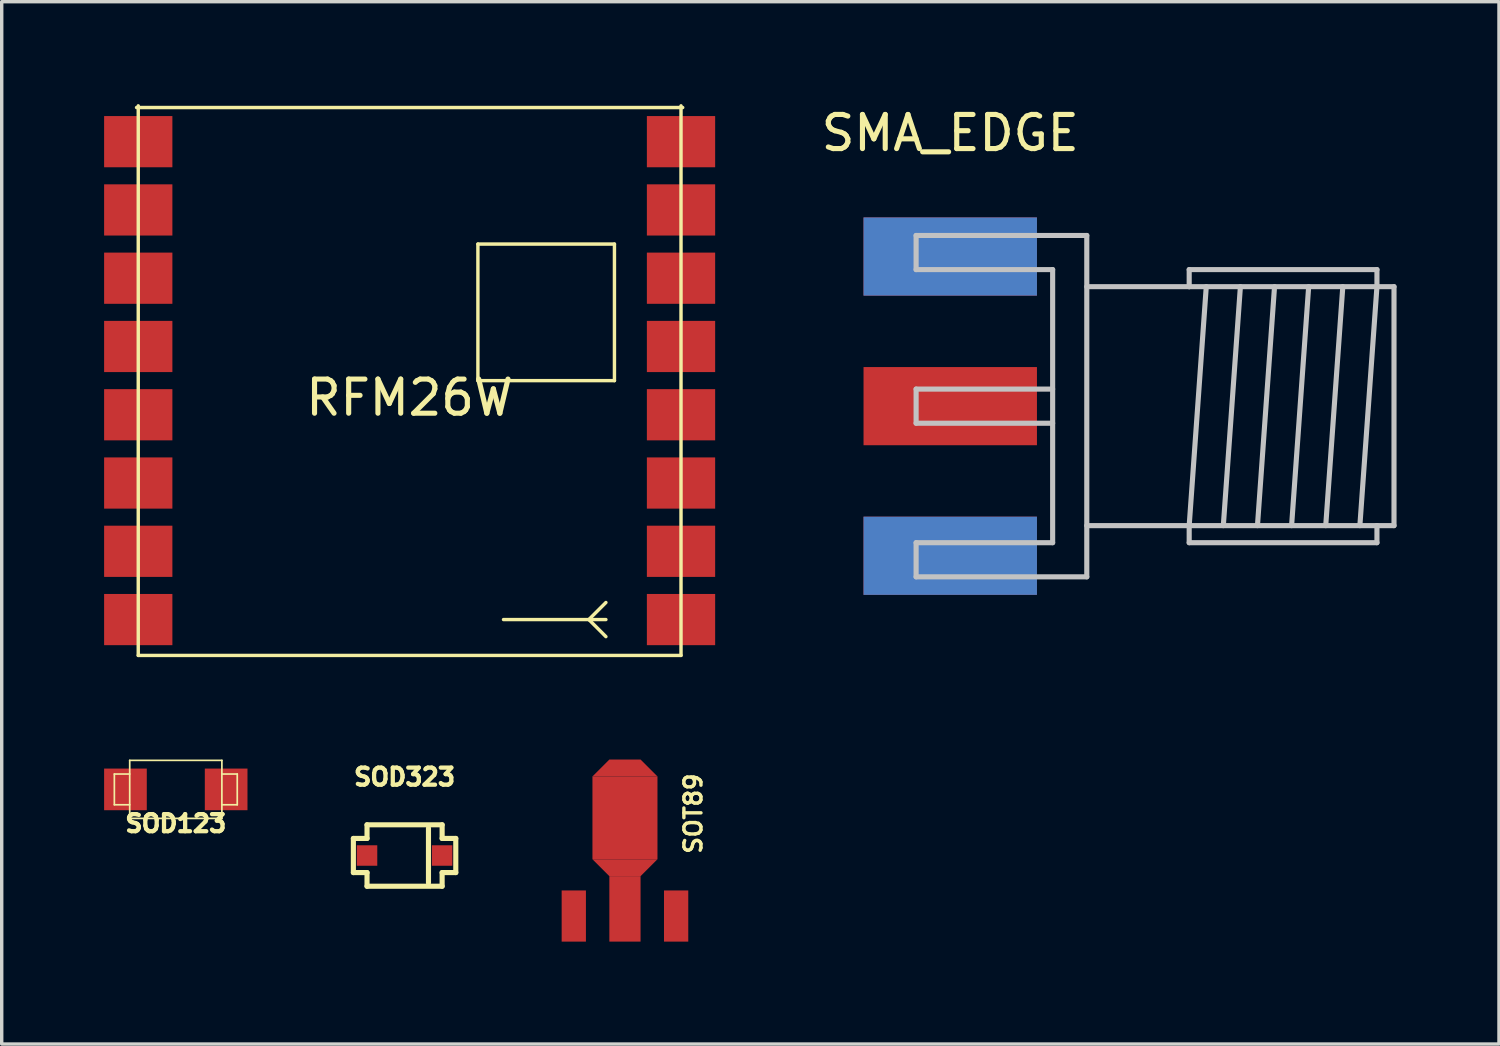
<source format=kicad_pcb>
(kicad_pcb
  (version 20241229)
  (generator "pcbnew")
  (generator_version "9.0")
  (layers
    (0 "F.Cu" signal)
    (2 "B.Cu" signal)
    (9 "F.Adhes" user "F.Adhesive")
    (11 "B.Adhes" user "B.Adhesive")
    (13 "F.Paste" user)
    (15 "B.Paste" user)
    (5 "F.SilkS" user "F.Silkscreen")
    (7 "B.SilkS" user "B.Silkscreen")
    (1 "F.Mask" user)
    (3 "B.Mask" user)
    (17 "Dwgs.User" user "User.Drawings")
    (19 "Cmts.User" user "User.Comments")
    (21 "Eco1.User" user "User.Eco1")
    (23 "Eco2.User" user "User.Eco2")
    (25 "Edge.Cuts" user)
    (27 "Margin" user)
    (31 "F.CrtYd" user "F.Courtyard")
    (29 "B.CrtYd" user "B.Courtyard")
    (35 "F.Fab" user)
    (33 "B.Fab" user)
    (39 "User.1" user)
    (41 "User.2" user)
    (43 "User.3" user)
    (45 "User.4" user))
  (footprint "SOT89"
    (layer "F.Cu")
    (at 15.258 23.785)
    (property "Reference" "SOT89" (at 2 -3 90) (layer "F.SilkS") (effects (font (size 0.5 0.5) (thickness 0.1))))
    (attr through_hole)
    (pad "1" smd rect (at -1.499 0) (size 0.711 1.499) (layers "F.Cu" "F.Mask" "F.Paste"))
    (pad "2" smd trapezoid (at 0 -4.337) (size 1.41 0.495) (rect_delta 0 0.495) (layers "F.Cu" "F.Mask" "F.Paste"))
    (pad "2" smd rect (at 0 -2.877) (size 1.905 2.426) (layers "F.Cu" "F.Mask" "F.Paste"))
    (pad "2" smd trapezoid (at 0 -1.416) (size 1.41 0.495) (rect_delta 0 -0.495) (layers "F.Cu" "F.Mask" "F.Paste"))
    (pad "2" smd rect (at 0 -0.21) (size 0.914 1.918) (layers "F.Cu" "F.Mask" "F.Paste"))
    (pad "3" smd rect (at 1.499 0) (size 0.711 1.499) (layers "F.Cu" "F.Mask" "F.Paste")))
  (footprint "RFM26W"
    (layer "F.Cu")
    (at 8.95 8.1)
    (property "Reference" "RFM26W" (at 0 0.5 0) (layer "F.SilkS") (effects (font (size 1 1) (thickness 0.15))))
    (attr through_hole)
    (fp_line (start -8 -8) (end 8 -8) (stroke (width 0.1) (type solid)) (layer "F.SilkS"))
    (fp_line (start -7.95 8.05) (end -7.95 -8.05) (stroke (width 0.1) (type solid)) (layer "F.SilkS"))
    (fp_line (start -7.95 8.05) (end 7.95 8.05) (stroke (width 0.1) (type solid)) (layer "F.SilkS"))
    (fp_line (start 2 -4) (end 6 -4) (stroke (width 0.1) (type solid)) (layer "F.SilkS"))
    (fp_line (start 2 0) (end 2 -4) (stroke (width 0.1) (type solid)) (layer "F.SilkS"))
    (fp_line (start 5.25 7) (end 5.75 6.5) (stroke (width 0.1) (type solid)) (layer "F.SilkS"))
    (fp_line (start 5.25 7) (end 5.75 7.5) (stroke (width 0.1) (type solid)) (layer "F.SilkS"))
    (fp_line (start 5.75 7) (end 2.75 7) (stroke (width 0.1) (type solid)) (layer "F.SilkS"))
    (fp_line (start 6 -4) (end 6 0) (stroke (width 0.1) (type solid)) (layer "F.SilkS"))
    (fp_line (start 6 0) (end 2 0) (stroke (width 0.1) (type solid)) (layer "F.SilkS"))
    (fp_line (start 7.95 -8.05) (end 7.95 8.05) (stroke (width 0.1) (type solid)) (layer "F.SilkS"))
    (pad "1" smd rect (at -7.95 -7) (size 2 1.5) (layers "F.Cu" "F.Mask" "F.Paste"))
    (pad "2" smd rect (at -7.95 -5) (size 2 1.5) (layers "F.Cu" "F.Mask" "F.Paste"))
    (pad "3" smd rect (at -7.95 -3) (size 2 1.5) (layers "F.Cu" "F.Mask" "F.Paste"))
    (pad "4" smd rect (at -7.95 -1) (size 2 1.5) (layers "F.Cu" "F.Mask" "F.Paste"))
    (pad "5" smd rect (at -7.95 1) (size 2 1.5) (layers "F.Cu" "F.Mask" "F.Paste"))
    (pad "6" smd rect (at -7.95 3) (size 2 1.5) (layers "F.Cu" "F.Mask" "F.Paste"))
    (pad "7" smd rect (at -7.95 5) (size 2 1.5) (layers "F.Cu" "F.Mask" "F.Paste"))
    (pad "8" smd rect (at -7.95 7) (size 2 1.5) (layers "F.Cu" "F.Mask" "F.Paste"))
    (pad "9" smd rect (at 7.95 7) (size 2 1.5) (layers "F.Cu" "F.Mask" "F.Paste"))
    (pad "10" smd rect (at 7.95 5) (size 2 1.5) (layers "F.Cu" "F.Mask" "F.Paste"))
    (pad "11" smd rect (at 7.95 3) (size 2 1.5) (layers "F.Cu" "F.Mask" "F.Paste"))
    (pad "12" smd rect (at 7.95 1) (size 2 1.5) (layers "F.Cu" "F.Mask" "F.Paste"))
    (pad "13" smd rect (at 7.95 -1) (size 2 1.5) (layers "F.Cu" "F.Mask" "F.Paste"))
    (pad "14" smd rect (at 7.95 -3) (size 2 1.5) (layers "F.Cu" "F.Mask" "F.Paste"))
    (pad "15" smd rect (at 7.95 -5) (size 2 1.5) (layers "F.Cu" "F.Mask" "F.Paste"))
    (pad "16" smd rect (at 7.95 -7) (size 2 1.5) (layers "F.Cu" "F.Mask" "F.Paste")))
  (footprint "SMA_EDGE"
    (layer "F.Cu")
    (at 24.787 8.848)
    (property "Reference" "SMA_EDGE" (at 0 -8 0) (layer "F.SilkS") (effects (font (size 1 1) (thickness 0.15))))
    (attr through_hole)
    (fp_line (start -1 -5) (end -1 -4) (stroke (width 0.15) (type solid)) (layer "Dwgs.User"))
    (fp_line (start -1 -5) (end 4 -5) (stroke (width 0.15) (type solid)) (layer "Dwgs.User"))
    (fp_line (start -1 -4) (end 3 -4) (stroke (width 0.15) (type solid)) (layer "Dwgs.User"))
    (fp_line (start -1 -0.5) (end -1 0.5) (stroke (width 0.15) (type solid)) (layer "Dwgs.User"))
    (fp_line (start -1 0.5) (end 3 0.5) (stroke (width 0.15) (type solid)) (layer "Dwgs.User"))
    (fp_line (start -1 4) (end -1 5) (stroke (width 0.15) (type solid)) (layer "Dwgs.User"))
    (fp_line (start -1 5) (end 4 5) (stroke (width 0.15) (type solid)) (layer "Dwgs.User"))
    (fp_line (start 3 -4) (end 3 4) (stroke (width 0.15) (type solid)) (layer "Dwgs.User"))
    (fp_line (start 3 -0.5) (end -1 -0.5) (stroke (width 0.15) (type solid)) (layer "Dwgs.User"))
    (fp_line (start 3 4) (end -1 4) (stroke (width 0.15) (type solid)) (layer "Dwgs.User"))
    (fp_line (start 4 5) (end 4 -5) (stroke (width 0.15) (type solid)) (layer "Dwgs.User"))
    (fp_line (start 7 -4) (end 7 -3.5) (stroke (width 0.15) (type solid)) (layer "Dwgs.User"))
    (fp_line (start 7 -3.5) (end 4 -3.5) (stroke (width 0.15) (type solid)) (layer "Dwgs.User"))
    (fp_line (start 7 -3.5) (end 12.5 -3.5) (stroke (width 0.15) (type solid)) (layer "Dwgs.User"))
    (fp_line (start 7 3.5) (end 4 3.5) (stroke (width 0.15) (type solid)) (layer "Dwgs.User"))
    (fp_line (start 7 3.5) (end 12.5 3.5) (stroke (width 0.15) (type solid)) (layer "Dwgs.User"))
    (fp_line (start 7 4) (end 7 3.5) (stroke (width 0.15) (type solid)) (layer "Dwgs.User"))
    (fp_line (start 7 4) (end 12.5 4) (stroke (width 0.15) (type solid)) (layer "Dwgs.User"))
    (fp_line (start 7.5 -3.5) (end 7 3.5) (stroke (width 0.15) (type solid)) (layer "Dwgs.User"))
    (fp_line (start 8.5 -3.5) (end 8 3.5) (stroke (width 0.15) (type solid)) (layer "Dwgs.User"))
    (fp_line (start 9.5 -3.5) (end 9 3.5) (stroke (width 0.15) (type solid)) (layer "Dwgs.User"))
    (fp_line (start 10.5 -3.5) (end 10 3.5) (stroke (width 0.15) (type solid)) (layer "Dwgs.User"))
    (fp_line (start 11.5 -3.5) (end 11 3.5) (stroke (width 0.15) (type solid)) (layer "Dwgs.User"))
    (fp_line (start 12.5 -4) (end 7 -4) (stroke (width 0.15) (type solid)) (layer "Dwgs.User"))
    (fp_line (start 12.5 -3.5) (end 12 3.5) (stroke (width 0.15) (type solid)) (layer "Dwgs.User"))
    (fp_line (start 12.5 -3.5) (end 12.5 -4) (stroke (width 0.15) (type solid)) (layer "Dwgs.User"))
    (fp_line (start 12.5 3.5) (end 12.5 4) (stroke (width 0.15) (type solid)) (layer "Dwgs.User"))
    (fp_line (start 13 -3.5) (end 12.5 -3.5) (stroke (width 0.15) (type solid)) (layer "Dwgs.User"))
    (fp_line (start 13 -3.5) (end 13 3.5) (stroke (width 0.15) (type solid)) (layer "Dwgs.User"))
    (fp_line (start 13 3.5) (end 12.5 3.5) (stroke (width 0.15) (type solid)) (layer "Dwgs.User"))
    (pad "1" smd rect (at 0 0) (size 5.08 2.29) (layers "F.Cu" "F.Mask" "F.Paste"))
    (pad "2" smd rect (at 0 -4.383) (size 5.08 2.29) (layers "F.Cu" "F.Mask" "F.Paste"))
    (pad "2" smd rect (at 0 -4.383) (size 5.08 2.29) (layers "B.Cu" "B.Mask" "B.Paste"))
    (pad "2" smd rect (at 0 4.383) (size 5.08 2.29) (layers "F.Cu" "F.Mask" "F.Paste"))
    (pad "2" smd rect (at 0 4.383) (size 5.08 2.29) (layers "B.Cu" "B.Mask" "B.Paste")))
  (footprint "SOD323"
    (layer "F.Cu")
    (at 8.802 22.012)
    (property "Reference" "SOD323" (at 0 -2.3 0) (layer "F.SilkS") (effects (font (size 0.5 0.5) (thickness 0.125))))
    (attr through_hole)
    (fp_line (start -1.5 -0.5) (end -1.5 0.5) (stroke (width 0.15) (type solid)) (layer "F.SilkS"))
    (fp_line (start -1.5 -0.5) (end -1.1 -0.5) (stroke (width 0.15) (type solid)) (layer "F.SilkS"))
    (fp_line (start -1.5 0.5) (end -1.1 0.5) (stroke (width 0.15) (type solid)) (layer "F.SilkS"))
    (fp_line (start -1.1 -0.9) (end 1.1 -0.9) (stroke (width 0.15) (type solid)) (layer "F.SilkS"))
    (fp_line (start -1.1 -0.5) (end -1.1 -0.9) (stroke (width 0.15) (type solid)) (layer "F.SilkS"))
    (fp_line (start -1.1 0.5) (end -1.1 0.9) (stroke (width 0.15) (type solid)) (layer "F.SilkS"))
    (fp_line (start -1.1 0.9) (end 1.1 0.9) (stroke (width 0.15) (type solid)) (layer "F.SilkS"))
    (fp_line (start 0.7 0.8) (end 0.7 -0.8) (stroke (width 0.15) (type solid)) (layer "F.SilkS"))
    (fp_line (start 1.1 -0.9) (end 1.1 -0.5) (stroke (width 0.15) (type solid)) (layer "F.SilkS"))
    (fp_line (start 1.1 0.9) (end 1.1 0.5) (stroke (width 0.15) (type solid)) (layer "F.SilkS"))
    (fp_line (start 1.5 -0.5) (end 1.1 -0.5) (stroke (width 0.15) (type solid)) (layer "F.SilkS"))
    (fp_line (start 1.5 -0.5) (end 1.5 0.5) (stroke (width 0.15) (type solid)) (layer "F.SilkS"))
    (fp_line (start 1.5 0.5) (end 1.1 0.5) (stroke (width 0.15) (type solid)) (layer "F.SilkS"))
    (pad "A" smd rect (at -1.1 0) (size 0.6 0.6) (layers "F.Cu" "F.Mask" "F.Paste"))
    (pad "K" smd rect (at 1.1 0) (size 0.6 0.6) (layers "F.Cu" "F.Mask" "F.Paste")))
  (footprint "SOD123"
    (layer "F.Cu")
    (at 2.1 20.075)
    (property "Reference" "SOD123" (at 0 1 0) (layer "F.SilkS") (effects (font (size 0.5 0.5) (thickness 0.125))))
    (attr through_hole)
    (fp_line (start -1.8 -0.45) (end -1.8 0.45) (stroke (width 0.05) (type solid)) (layer "F.SilkS"))
    (fp_line (start -1.8 0.45) (end -1.35 0.45) (stroke (width 0.05) (type solid)) (layer "F.SilkS"))
    (fp_line (start -1.35 -0.85) (end -1.35 0.85) (stroke (width 0.05) (type solid)) (layer "F.SilkS"))
    (fp_line (start -1.35 -0.45) (end -1.8 -0.45) (stroke (width 0.05) (type solid)) (layer "F.SilkS"))
    (fp_line (start -1.35 0.85) (end 1.35 0.85) (stroke (width 0.05) (type solid)) (layer "F.SilkS"))
    (fp_line (start 1.35 -0.85) (end -1.35 -0.85) (stroke (width 0.05) (type solid)) (layer "F.SilkS"))
    (fp_line (start 1.35 0.85) (end 1.35 -0.85) (stroke (width 0.05) (type solid)) (layer "F.SilkS"))
    (fp_line (start 1.8 -0.45) (end 1.35 -0.45) (stroke (width 0.05) (type solid)) (layer "F.SilkS"))
    (fp_line (start 1.8 -0.45) (end 1.8 0.45) (stroke (width 0.05) (type solid)) (layer "F.SilkS"))
    (fp_line (start 1.8 0.45) (end 1.35 0.45) (stroke (width 0.05) (type solid)) (layer "F.SilkS"))
    (pad "A" smd rect (at -1.475 0) (size 1.25 1.22) (layers "F.Cu" "F.Mask" "F.Paste"))
    (pad "K" smd rect (at 1.475 0) (size 1.25 1.22) (layers "F.Cu" "F.Mask" "F.Paste")))
  (gr_rect
    (start -3 -3)
    (end 40.862 27.534)
    (stroke (width 0.1) (type default))
    (fill no)
    (layer "Edge.Cuts")))
</source>
